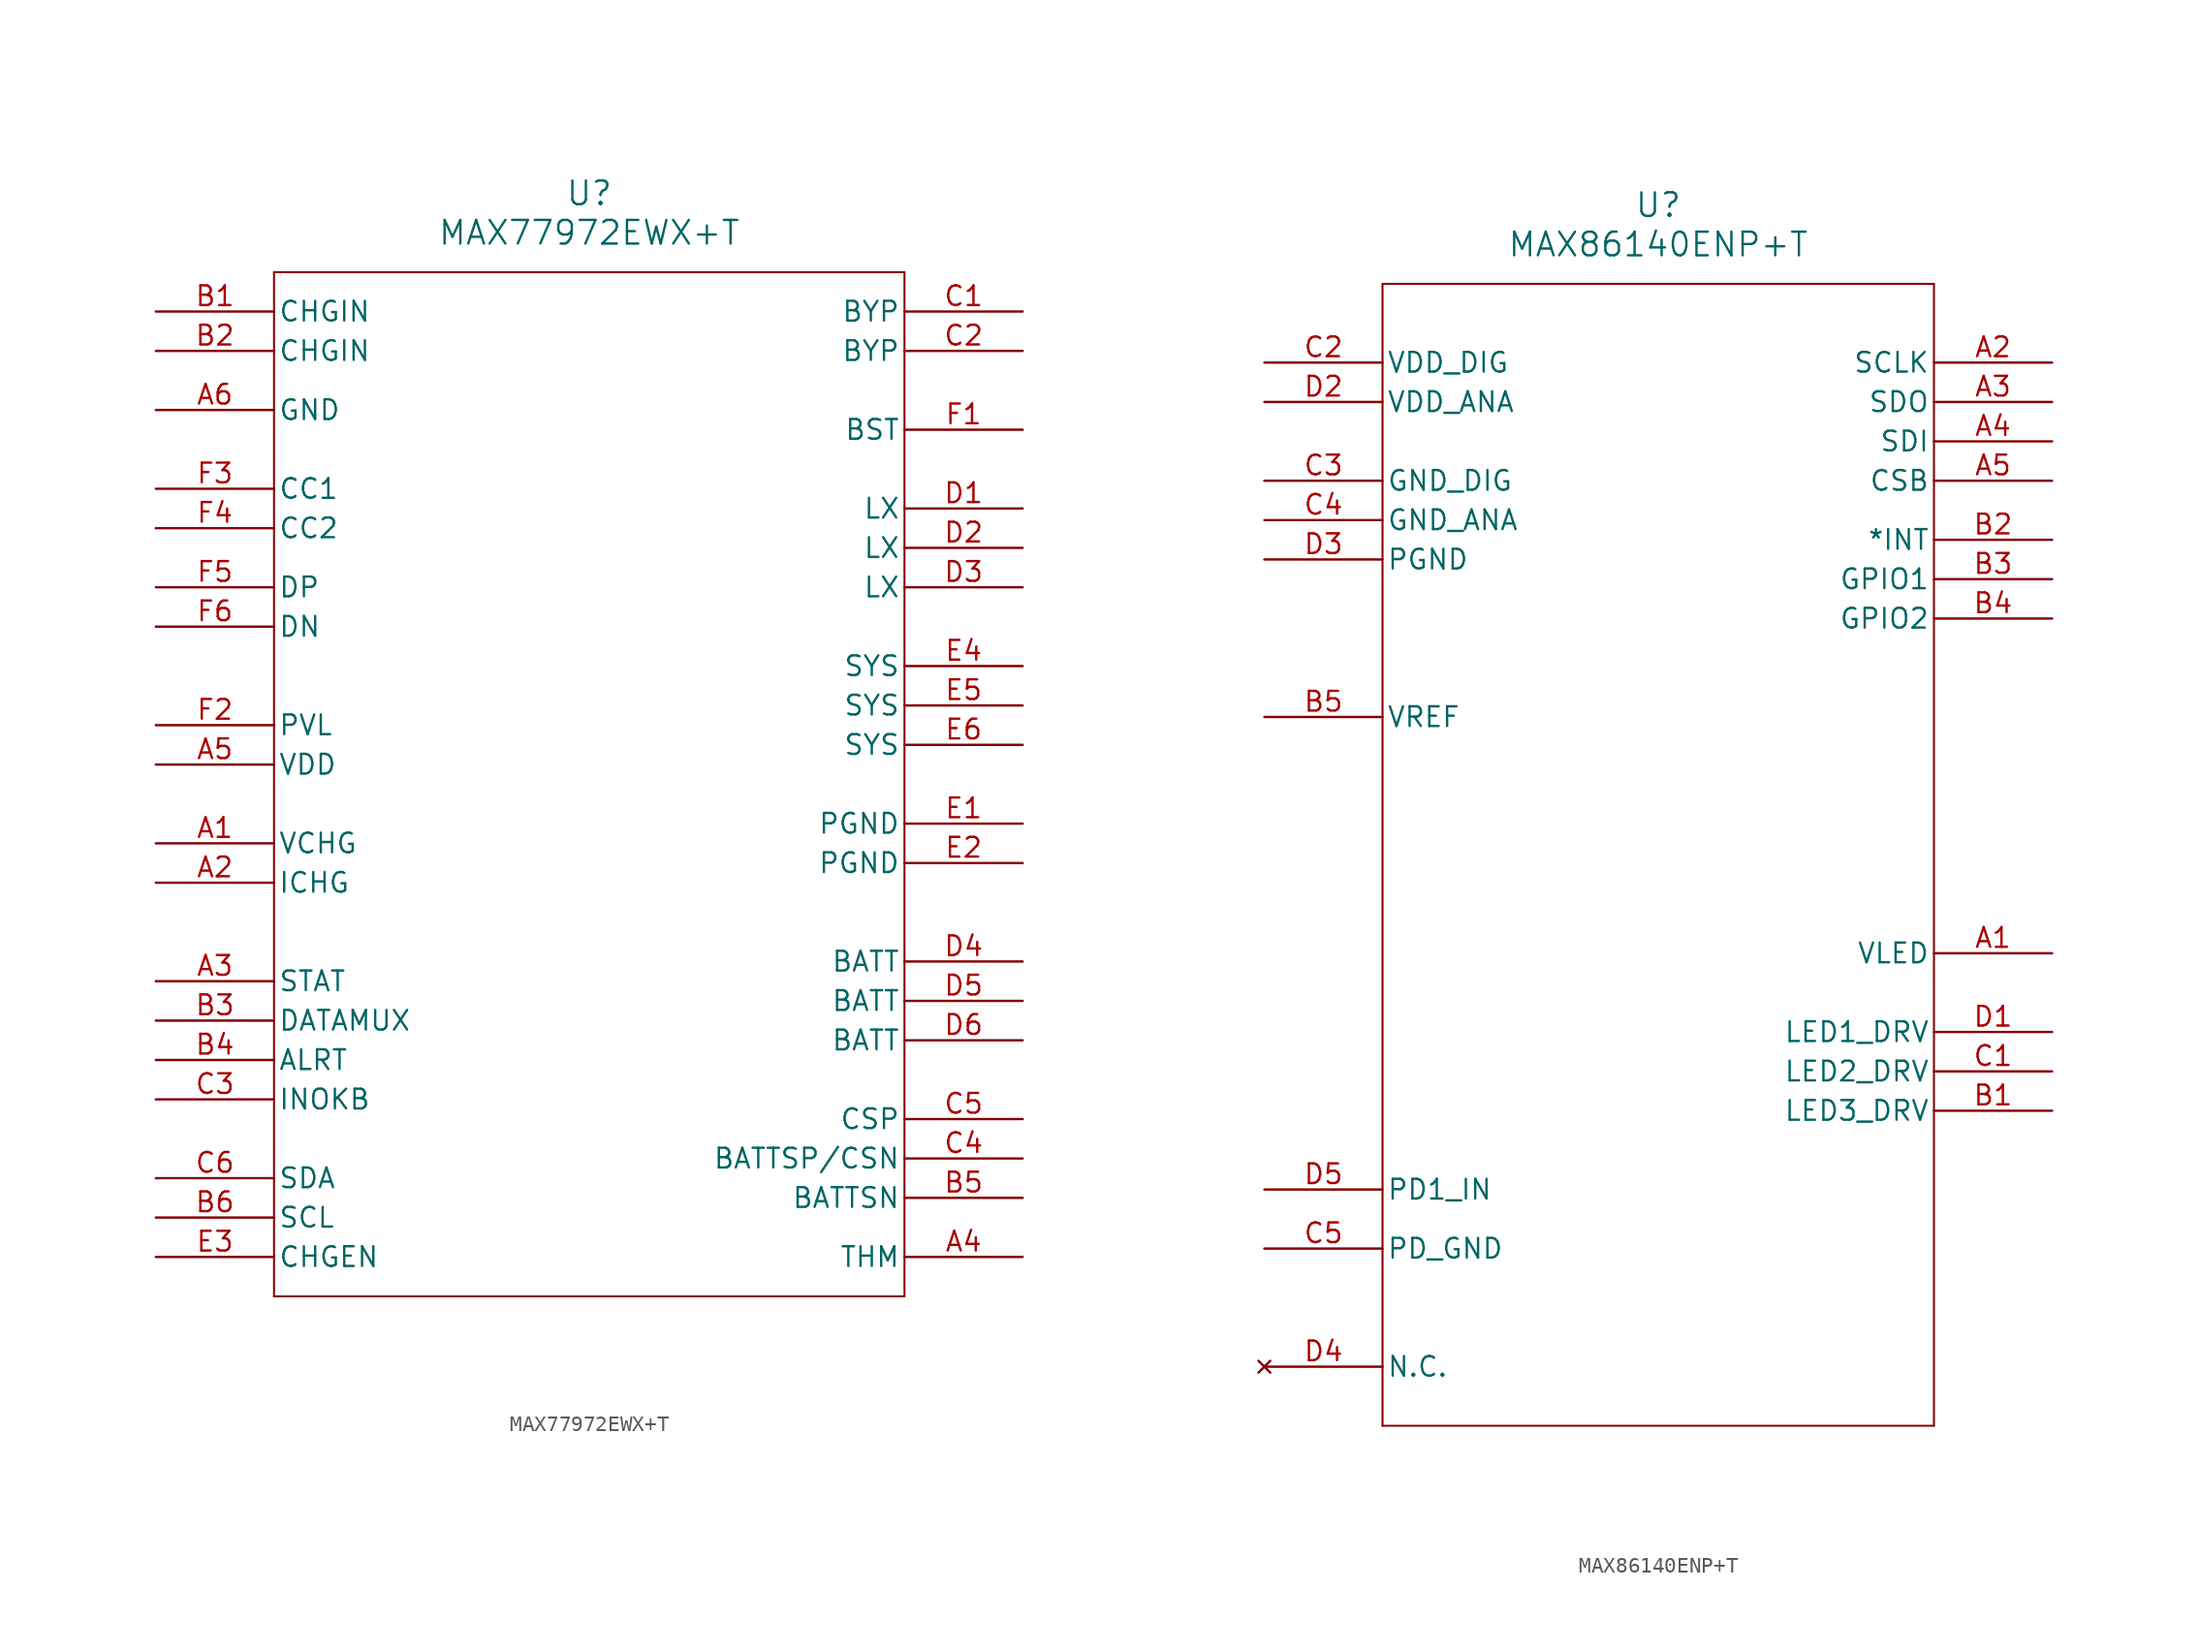
<source format=kicad_sym>
(kicad_symbol_lib
  (version 20241209)
  (generator "kicad_symbol_editor")
  (generator_version "9.0")
  (symbol "MAX77972EWX+T"
    (pin_names
      (offset 0.254))
    (property "Reference" "U"
      (at 27.94 10.16 0)
      (effects (font (size 1.524 1.524))))
    (property "Value" "MAX77972EWX+T"
      (at 27.94 7.62 0)
      (effects (font (size 1.524 1.524))))
    (property "ki_locked" ""
      (at 0 0 0)
      (effects (font (size 1.27 1.27))))
    (symbol "MAX77972EWX+T_0_1"
      (polyline (pts (xy 7.62 5.08) (xy 7.62 -60.96)) (stroke (width 0.127) (type default)) (fill (type none)))
      (polyline (pts (xy 7.62 -60.96) (xy 48.26 -60.96)) (stroke (width 0.127) (type default)) (fill (type none)))
      (polyline (pts (xy 48.26 5.08) (xy 7.62 5.08)) (stroke (width 0.127) (type default)) (fill (type none)))
      (polyline (pts (xy 48.26 -60.96) (xy 48.26 5.08)) (stroke (width 0.127) (type default)) (fill (type none)))
      (pin input line (at 0 2.54 0) (length 7.62) (name "CHGIN" (effects (font (size 1.27 1.27)))) (number "B1" (effects (font (size 1.27 1.27)))))
      (pin input line (at 0 0 0) (length 7.62) (name "CHGIN" (effects (font (size 1.27 1.27)))) (number "B2" (effects (font (size 1.27 1.27)))))
      (pin passive line (at 0 -3.81 0) (length 7.62) (name "GND" (effects (font (size 1.27 1.27)))) (number "A6" (effects (font (size 1.27 1.27)))))
      (pin bidirectional line (at 0 -8.89 0) (length 7.62) (name "CC1" (effects (font (size 1.27 1.27)))) (number "F3" (effects (font (size 1.27 1.27)))))
      (pin bidirectional line (at 0 -11.43 0) (length 7.62) (name "CC2" (effects (font (size 1.27 1.27)))) (number "F4" (effects (font (size 1.27 1.27)))))
      (pin bidirectional line (at 0 -15.24 0) (length 7.62) (name "DP" (effects (font (size 1.27 1.27)))) (number "F5" (effects (font (size 1.27 1.27)))))
      (pin bidirectional line (at 0 -17.78 0) (length 7.62) (name "DN" (effects (font (size 1.27 1.27)))) (number "F6" (effects (font (size 1.27 1.27)))))
      (pin output line (at 0 -24.13 0) (length 7.62) (name "PVL" (effects (font (size 1.27 1.27)))) (number "F2" (effects (font (size 1.27 1.27)))))
      (pin power_in line (at 0 -26.67 0) (length 7.62) (name "VDD" (effects (font (size 1.27 1.27)))) (number "A5" (effects (font (size 1.27 1.27)))))
      (pin input line (at 0 -31.75 0) (length 7.62) (name "VCHG" (effects (font (size 1.27 1.27)))) (number "A1" (effects (font (size 1.27 1.27)))))
      (pin input line (at 0 -34.29 0) (length 7.62) (name "ICHG" (effects (font (size 1.27 1.27)))) (number "A2" (effects (font (size 1.27 1.27)))))
      (pin output line (at 0 -40.64 0) (length 7.62) (name "STAT" (effects (font (size 1.27 1.27)))) (number "A3" (effects (font (size 1.27 1.27)))))
      (pin unspecified line (at 0 -43.18 0) (length 7.62) (name "DATAMUX" (effects (font (size 1.27 1.27)))) (number "B3" (effects (font (size 1.27 1.27)))))
      (pin output line (at 0 -45.72 0) (length 7.62) (name "ALRT" (effects (font (size 1.27 1.27)))) (number "B4" (effects (font (size 1.27 1.27)))))
      (pin output line (at 0 -48.26 0) (length 7.62) (name "INOKB" (effects (font (size 1.27 1.27)))) (number "C3" (effects (font (size 1.27 1.27)))))
      (pin unspecified line (at 0 -53.34 0) (length 7.62) (name "SDA" (effects (font (size 1.27 1.27)))) (number "C6" (effects (font (size 1.27 1.27)))))
      (pin unspecified line (at 0 -55.88 0) (length 7.62) (name "SCL" (effects (font (size 1.27 1.27)))) (number "B6" (effects (font (size 1.27 1.27)))))
      (pin unspecified line (at 0 -58.42 0) (length 7.62) (name "CHGEN" (effects (font (size 1.27 1.27)))) (number "E3" (effects (font (size 1.27 1.27)))))
      (pin output line (at 55.88 2.54 180) (length 7.62) (name "BYP" (effects (font (size 1.27 1.27)))) (number "C1" (effects (font (size 1.27 1.27)))))
      (pin output line (at 55.88 0 180) (length 7.62) (name "BYP" (effects (font (size 1.27 1.27)))) (number "C2" (effects (font (size 1.27 1.27)))))
      (pin passive line (at 55.88 -5.08 180) (length 7.62) (name "BST" (effects (font (size 1.27 1.27)))) (number "F1" (effects (font (size 1.27 1.27)))))
      (pin passive line (at 55.88 -10.16 180) (length 7.62) (name "LX" (effects (font (size 1.27 1.27)))) (number "D1" (effects (font (size 1.27 1.27)))))
      (pin passive line (at 55.88 -12.7 180) (length 7.62) (name "LX" (effects (font (size 1.27 1.27)))) (number "D2" (effects (font (size 1.27 1.27)))))
      (pin passive line (at 55.88 -15.24 180) (length 7.62) (name "LX" (effects (font (size 1.27 1.27)))) (number "D3" (effects (font (size 1.27 1.27)))))
      (pin passive line (at 55.88 -20.32 180) (length 7.62) (name "SYS" (effects (font (size 1.27 1.27)))) (number "E4" (effects (font (size 1.27 1.27)))))
      (pin passive line (at 55.88 -22.86 180) (length 7.62) (name "SYS" (effects (font (size 1.27 1.27)))) (number "E5" (effects (font (size 1.27 1.27)))))
      (pin passive line (at 55.88 -25.4 180) (length 7.62) (name "SYS" (effects (font (size 1.27 1.27)))) (number "E6" (effects (font (size 1.27 1.27)))))
      (pin passive line (at 55.88 -30.48 180) (length 7.62) (name "PGND" (effects (font (size 1.27 1.27)))) (number "E1" (effects (font (size 1.27 1.27)))))
      (pin passive line (at 55.88 -33.02 180) (length 7.62) (name "PGND" (effects (font (size 1.27 1.27)))) (number "E2" (effects (font (size 1.27 1.27)))))
      (pin power_in line (at 55.88 -39.37 180) (length 7.62) (name "BATT" (effects (font (size 1.27 1.27)))) (number "D4" (effects (font (size 1.27 1.27)))))
      (pin power_in line (at 55.88 -41.91 180) (length 7.62) (name "BATT" (effects (font (size 1.27 1.27)))) (number "D5" (effects (font (size 1.27 1.27)))))
      (pin power_in line (at 55.88 -44.45 180) (length 7.62) (name "BATT" (effects (font (size 1.27 1.27)))) (number "D6" (effects (font (size 1.27 1.27)))))
      (pin unspecified line (at 55.88 -49.53 180) (length 7.62) (name "CSP" (effects (font (size 1.27 1.27)))) (number "C5" (effects (font (size 1.27 1.27)))))
      (pin unspecified line (at 55.88 -52.07 180) (length 7.62) (name "BATTSP/CSN" (effects (font (size 1.27 1.27)))) (number "C4" (effects (font (size 1.27 1.27)))))
      (pin unspecified line (at 55.88 -54.61 180) (length 7.62) (name "BATTSN" (effects (font (size 1.27 1.27)))) (number "B5" (effects (font (size 1.27 1.27)))))
      (pin input line (at 55.88 -58.42 180) (length 7.62) (name "THM" (effects (font (size 1.27 1.27)))) (number "A4" (effects (font (size 1.27 1.27)))))))
  (symbol "MAX86140ENP+T"
    (pin_names
      (offset 0.254))
    (property "Reference" "U"
      (at 25.4 12.7 0)
      (effects (font (size 1.524 1.524))))
    (property "Value" "MAX86140ENP+T"
      (at 25.4 10.16 0)
      (effects (font (size 1.524 1.524))))
    (property "ki_locked" ""
      (at 0 0 0)
      (effects (font (size 1.27 1.27))))
    (symbol "MAX86140ENP+T_0_1"
      (polyline (pts (xy 7.62 7.62) (xy 7.62 -66.04)) (stroke (width 0.127) (type default)) (fill (type none)))
      (polyline (pts (xy 7.62 -66.04) (xy 43.18 -66.04)) (stroke (width 0.127) (type default)) (fill (type none)))
      (polyline (pts (xy 43.18 7.62) (xy 7.62 7.62)) (stroke (width 0.127) (type default)) (fill (type none)))
      (polyline (pts (xy 43.18 -66.04) (xy 43.18 7.62)) (stroke (width 0.127) (type default)) (fill (type none)))
      (pin power_in line (at 0 2.54 0) (length 7.62) (name "VDD_DIG" (effects (font (size 1.27 1.27)))) (number "C2" (effects (font (size 1.27 1.27)))))
      (pin power_in line (at 0 0 0) (length 7.62) (name "VDD_ANA" (effects (font (size 1.27 1.27)))) (number "D2" (effects (font (size 1.27 1.27)))))
      (pin passive line (at 0 -5.08 0) (length 7.62) (name "GND_DIG" (effects (font (size 1.27 1.27)))) (number "C3" (effects (font (size 1.27 1.27)))))
      (pin passive line (at 0 -7.62 0) (length 7.62) (name "GND_ANA" (effects (font (size 1.27 1.27)))) (number "C4" (effects (font (size 1.27 1.27)))))
      (pin passive line (at 0 -10.16 0) (length 7.62) (name "PGND" (effects (font (size 1.27 1.27)))) (number "D3" (effects (font (size 1.27 1.27)))))
      (pin passive line (at 0 -20.32 0) (length 7.62) (name "VREF" (effects (font (size 1.27 1.27)))) (number "B5" (effects (font (size 1.27 1.27)))))
      (pin bidirectional line (at 0 -50.8 0) (length 7.62) (name "PD1_IN" (effects (font (size 1.27 1.27)))) (number "D5" (effects (font (size 1.27 1.27)))))
      (pin passive line (at 0 -54.61 0) (length 7.62) (name "PD_GND" (effects (font (size 1.27 1.27)))) (number "C5" (effects (font (size 1.27 1.27)))))
      (pin no_connect line (at 0 -62.23 0) (length 7.62) (name "N.C." (effects (font (size 1.27 1.27)))) (number "D4" (effects (font (size 1.27 1.27)))))
      (pin unspecified line (at 50.8 2.54 180) (length 7.62) (name "SCLK" (effects (font (size 1.27 1.27)))) (number "A2" (effects (font (size 1.27 1.27)))))
      (pin unspecified line (at 50.8 0 180) (length 7.62) (name "SDO" (effects (font (size 1.27 1.27)))) (number "A3" (effects (font (size 1.27 1.27)))))
      (pin unspecified line (at 50.8 -2.54 180) (length 7.62) (name "SDI" (effects (font (size 1.27 1.27)))) (number "A4" (effects (font (size 1.27 1.27)))))
      (pin unspecified line (at 50.8 -5.08 180) (length 7.62) (name "CSB" (effects (font (size 1.27 1.27)))) (number "A5" (effects (font (size 1.27 1.27)))))
      (pin unspecified line (at 50.8 -8.89 180) (length 7.62) (name "*INT" (effects (font (size 1.27 1.27)))) (number "B2" (effects (font (size 1.27 1.27)))))
      (pin bidirectional line (at 50.8 -11.43 180) (length 7.62) (name "GPIO1" (effects (font (size 1.27 1.27)))) (number "B3" (effects (font (size 1.27 1.27)))))
      (pin bidirectional line (at 50.8 -13.97 180) (length 7.62) (name "GPIO2" (effects (font (size 1.27 1.27)))) (number "B4" (effects (font (size 1.27 1.27)))))
      (pin unspecified line (at 50.8 -35.56 180) (length 7.62) (name "VLED" (effects (font (size 1.27 1.27)))) (number "A1" (effects (font (size 1.27 1.27)))))
      (pin bidirectional line (at 50.8 -40.64 180) (length 7.62) (name "LED1_DRV" (effects (font (size 1.27 1.27)))) (number "D1" (effects (font (size 1.27 1.27)))))
      (pin bidirectional line (at 50.8 -43.18 180) (length 7.62) (name "LED2_DRV" (effects (font (size 1.27 1.27)))) (number "C1" (effects (font (size 1.27 1.27)))))
      (pin bidirectional line (at 50.8 -45.72 180) (length 7.62) (name "LED3_DRV" (effects (font (size 1.27 1.27)))) (number "B1" (effects (font (size 1.27 1.27))))))))
</source>
